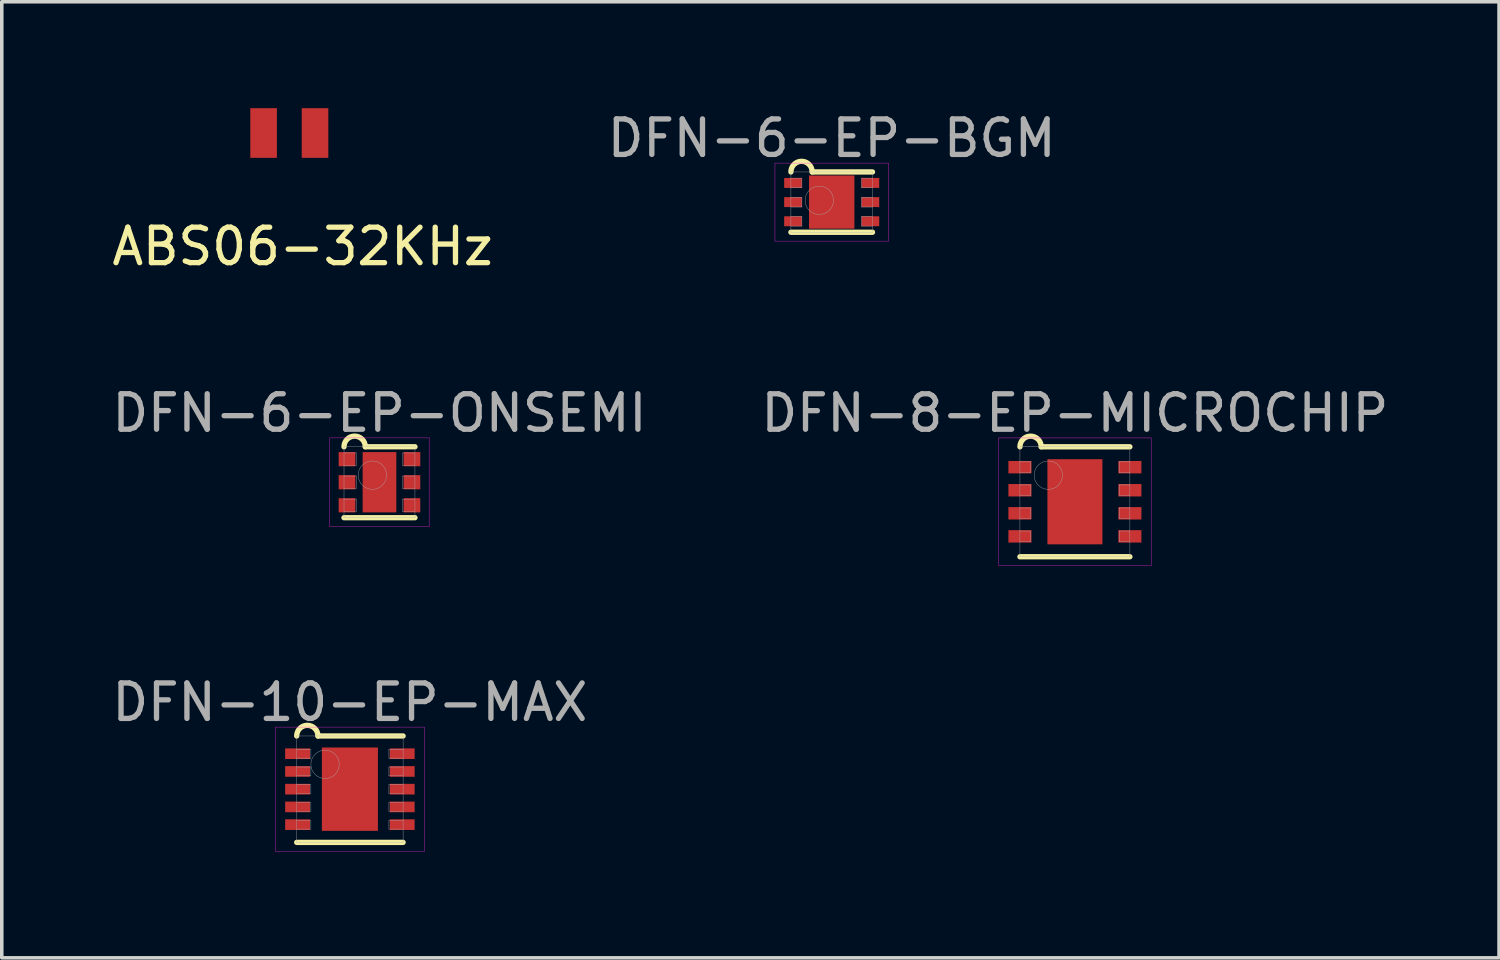
<source format=kicad_pcb>
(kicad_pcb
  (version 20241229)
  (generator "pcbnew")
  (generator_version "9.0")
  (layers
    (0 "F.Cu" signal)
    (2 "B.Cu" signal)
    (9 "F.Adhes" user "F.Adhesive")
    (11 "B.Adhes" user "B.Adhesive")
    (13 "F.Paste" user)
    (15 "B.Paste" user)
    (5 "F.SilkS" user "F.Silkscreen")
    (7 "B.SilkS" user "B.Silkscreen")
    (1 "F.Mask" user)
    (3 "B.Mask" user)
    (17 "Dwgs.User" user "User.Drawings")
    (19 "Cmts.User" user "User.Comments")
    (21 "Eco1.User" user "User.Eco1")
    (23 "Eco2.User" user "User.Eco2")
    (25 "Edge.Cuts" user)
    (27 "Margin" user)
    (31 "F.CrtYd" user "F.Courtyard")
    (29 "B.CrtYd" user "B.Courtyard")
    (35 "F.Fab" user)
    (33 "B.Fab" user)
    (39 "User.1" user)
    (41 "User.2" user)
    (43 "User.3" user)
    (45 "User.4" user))
  (footprint "DFN-8-EP-MICROCHIP"
    (layer "F.Cu")
    (at 27.256 11.097)
    (property "Reference" "DFN-8-EP-MICROCHIP" (at 0 -2.5 0) (layer "F.Fab") (effects (font (size 1 1) (thickness 0.15))))
    (attr through_hole)
    (fp_line (start -1.55 1.55) (end 1.55 1.55) (stroke (width 0.15) (type solid)) (layer "F.SilkS"))
    (fp_line (start -0.95 -1.55) (end 1.55 -1.55) (stroke (width 0.15) (type solid)) (layer "F.SilkS"))
    (fp_arc (start -1.55 -1.55) (mid -1.25 -1.85) (end -0.95 -1.55) (stroke (width 0.15) (type solid)) (layer "F.SilkS"))
    (fp_line (start -2.15 -1.8) (end 2.15 -1.8) (stroke (width 0.01) (type solid)) (layer "F.CrtYd"))
    (fp_line (start -2.15 1.8) (end -2.15 -1.8) (stroke (width 0.01) (type solid)) (layer "F.CrtYd"))
    (fp_line (start 2.15 -1.8) (end 2.15 1.8) (stroke (width 0.01) (type solid)) (layer "F.CrtYd"))
    (fp_line (start 2.15 1.8) (end -2.15 1.8) (stroke (width 0.01) (type solid)) (layer "F.CrtYd"))
    (fp_line (start -1.55 -1.55) (end 1.55 -1.55) (stroke (width 0.01) (type solid)) (layer "F.Fab"))
    (fp_line (start -1.55 -0.825) (end -1.25 -0.825) (stroke (width 0.01) (type solid)) (layer "F.Fab"))
    (fp_line (start -1.55 -0.175) (end -1.25 -0.175) (stroke (width 0.01) (type solid)) (layer "F.Fab"))
    (fp_line (start -1.55 0.475) (end -1.25 0.475) (stroke (width 0.01) (type solid)) (layer "F.Fab"))
    (fp_line (start -1.55 1.125) (end -1.25 1.125) (stroke (width 0.01) (type solid)) (layer "F.Fab"))
    (fp_line (start -1.55 1.55) (end -1.55 -1.55) (stroke (width 0.01) (type solid)) (layer "F.Fab"))
    (fp_line (start -1.25 -1.125) (end -1.55 -1.125) (stroke (width 0.01) (type solid)) (layer "F.Fab"))
    (fp_line (start -1.25 -0.825) (end -1.25 -1.125) (stroke (width 0.01) (type solid)) (layer "F.Fab"))
    (fp_line (start -1.25 -0.475) (end -1.55 -0.475) (stroke (width 0.01) (type solid)) (layer "F.Fab"))
    (fp_line (start -1.25 -0.175) (end -1.25 -0.475) (stroke (width 0.01) (type solid)) (layer "F.Fab"))
    (fp_line (start -1.25 0.175) (end -1.55 0.175) (stroke (width 0.01) (type solid)) (layer "F.Fab"))
    (fp_line (start -1.25 0.475) (end -1.25 0.175) (stroke (width 0.01) (type solid)) (layer "F.Fab"))
    (fp_line (start -1.25 0.825) (end -1.55 0.825) (stroke (width 0.01) (type solid)) (layer "F.Fab"))
    (fp_line (start -1.25 1.125) (end -1.25 0.825) (stroke (width 0.01) (type solid)) (layer "F.Fab"))
    (fp_line (start 1.25 -1.125) (end 1.25 -0.825) (stroke (width 0.01) (type solid)) (layer "F.Fab"))
    (fp_line (start 1.25 -0.825) (end 1.55 -0.825) (stroke (width 0.01) (type solid)) (layer "F.Fab"))
    (fp_line (start 1.25 -0.475) (end 1.25 -0.175) (stroke (width 0.01) (type solid)) (layer "F.Fab"))
    (fp_line (start 1.25 -0.175) (end 1.55 -0.175) (stroke (width 0.01) (type solid)) (layer "F.Fab"))
    (fp_line (start 1.25 0.175) (end 1.25 0.475) (stroke (width 0.01) (type solid)) (layer "F.Fab"))
    (fp_line (start 1.25 0.475) (end 1.55 0.475) (stroke (width 0.01) (type solid)) (layer "F.Fab"))
    (fp_line (start 1.25 0.825) (end 1.25 1.125) (stroke (width 0.01) (type solid)) (layer "F.Fab"))
    (fp_line (start 1.25 1.125) (end 1.55 1.125) (stroke (width 0.01) (type solid)) (layer "F.Fab"))
    (fp_line (start 1.55 -1.55) (end 1.55 1.55) (stroke (width 0.01) (type solid)) (layer "F.Fab"))
    (fp_line (start 1.55 -1.125) (end 1.25 -1.125) (stroke (width 0.01) (type solid)) (layer "F.Fab"))
    (fp_line (start 1.55 -0.475) (end 1.25 -0.475) (stroke (width 0.01) (type solid)) (layer "F.Fab"))
    (fp_line (start 1.55 0.175) (end 1.25 0.175) (stroke (width 0.01) (type solid)) (layer "F.Fab"))
    (fp_line (start 1.55 0.825) (end 1.25 0.825) (stroke (width 0.01) (type solid)) (layer "F.Fab"))
    (fp_line (start 1.55 1.55) (end -1.55 1.55) (stroke (width 0.01) (type solid)) (layer "F.Fab"))
    (fp_circle (center -0.75 -0.75) (end -0.75 -0.35) (stroke (width 0.01) (type solid)) (fill no) (layer "F.Fab"))
    (pad "" smd rect (at 0 -0.6) (size 0.8 0.8) (layers "F.Mask"))
    (pad "" smd rect (at 0 -0.6) (size 0.8 0.8) (layers "F.Paste"))
    (pad "" smd rect (at 0 0.6) (size 0.8 0.8) (layers "F.Mask"))
    (pad "" smd rect (at 0 0.6) (size 0.8 0.8) (layers "F.Paste"))
    (pad "1" smd rect (at -1.55 -0.975) (size 0.65 0.35) (layers "F.Cu" "F.Mask" "F.Paste"))
    (pad "2" smd rect (at -1.55 -0.325) (size 0.65 0.35) (layers "F.Cu" "F.Mask" "F.Paste"))
    (pad "3" smd rect (at -1.55 0.325) (size 0.65 0.35) (layers "F.Cu" "F.Mask" "F.Paste"))
    (pad "4" smd rect (at -1.55 0.975) (size 0.65 0.35) (layers "F.Cu" "F.Mask" "F.Paste"))
    (pad "5" smd rect (at 1.55 0.975) (size 0.65 0.35) (layers "F.Cu" "F.Mask" "F.Paste"))
    (pad "6" smd rect (at 1.55 0.325) (size 0.65 0.35) (layers "F.Cu" "F.Mask" "F.Paste"))
    (pad "7" smd rect (at 1.55 -0.325) (size 0.65 0.35) (layers "F.Cu" "F.Mask" "F.Paste"))
    (pad "8" smd rect (at 1.55 -0.975) (size 0.65 0.35) (layers "F.Cu" "F.Mask" "F.Paste"))
    (pad "EP" smd rect (at 0 0) (size 1.55 2.4) (layers "F.Cu")))
  (footprint "DFN-10-EP-MAX"
    (layer "F.Cu")
    (at 6.815 19.2)
    (property "Reference" "DFN-10-EP-MAX" (at 0 -2.45 0) (layer "F.Fab") (effects (font (size 1 1) (thickness 0.15))))
    (attr through_hole)
    (fp_line (start -1.5 1.5) (end 1.5 1.5) (stroke (width 0.15) (type solid)) (layer "F.SilkS"))
    (fp_line (start -0.9 -1.5) (end 1.5 -1.5) (stroke (width 0.15) (type solid)) (layer "F.SilkS"))
    (fp_arc (start -1.5 -1.5) (mid -1.2 -1.8) (end -0.9 -1.5) (stroke (width 0.15) (type solid)) (layer "F.SilkS"))
    (fp_line (start -2.1 -1.75) (end 2.1 -1.75) (stroke (width 0.01) (type solid)) (layer "F.CrtYd"))
    (fp_line (start -2.1 1.75) (end -2.1 -1.75) (stroke (width 0.01) (type solid)) (layer "F.CrtYd"))
    (fp_line (start 2.1 -1.75) (end 2.1 1.75) (stroke (width 0.01) (type solid)) (layer "F.CrtYd"))
    (fp_line (start 2.1 1.75) (end -2.1 1.75) (stroke (width 0.01) (type solid)) (layer "F.CrtYd"))
    (fp_line (start -1.5 -1.5) (end 1.5 -1.5) (stroke (width 0.01) (type solid)) (layer "F.Fab"))
    (fp_line (start -1.5 -0.875) (end -1.1 -0.875) (stroke (width 0.01) (type solid)) (layer "F.Fab"))
    (fp_line (start -1.5 -0.375) (end -1.1 -0.375) (stroke (width 0.01) (type solid)) (layer "F.Fab"))
    (fp_line (start -1.5 0.125) (end -1.1 0.125) (stroke (width 0.01) (type solid)) (layer "F.Fab"))
    (fp_line (start -1.5 0.625) (end -1.1 0.625) (stroke (width 0.01) (type solid)) (layer "F.Fab"))
    (fp_line (start -1.5 1.125) (end -1.1 1.125) (stroke (width 0.01) (type solid)) (layer "F.Fab"))
    (fp_line (start -1.5 1.5) (end -1.5 -1.5) (stroke (width 0.01) (type solid)) (layer "F.Fab"))
    (fp_line (start -1.1 -1.125) (end -1.5 -1.125) (stroke (width 0.01) (type solid)) (layer "F.Fab"))
    (fp_line (start -1.1 -0.875) (end -1.1 -1.125) (stroke (width 0.01) (type solid)) (layer "F.Fab"))
    (fp_line (start -1.1 -0.625) (end -1.5 -0.625) (stroke (width 0.01) (type solid)) (layer "F.Fab"))
    (fp_line (start -1.1 -0.375) (end -1.1 -0.625) (stroke (width 0.01) (type solid)) (layer "F.Fab"))
    (fp_line (start -1.1 -0.125) (end -1.5 -0.125) (stroke (width 0.01) (type solid)) (layer "F.Fab"))
    (fp_line (start -1.1 0.125) (end -1.1 -0.125) (stroke (width 0.01) (type solid)) (layer "F.Fab"))
    (fp_line (start -1.1 0.375) (end -1.5 0.375) (stroke (width 0.01) (type solid)) (layer "F.Fab"))
    (fp_line (start -1.1 0.625) (end -1.1 0.375) (stroke (width 0.01) (type solid)) (layer "F.Fab"))
    (fp_line (start -1.1 0.875) (end -1.5 0.875) (stroke (width 0.01) (type solid)) (layer "F.Fab"))
    (fp_line (start -1.1 1.125) (end -1.1 0.875) (stroke (width 0.01) (type solid)) (layer "F.Fab"))
    (fp_line (start 1.1 -1.125) (end 1.1 -0.875) (stroke (width 0.01) (type solid)) (layer "F.Fab"))
    (fp_line (start 1.1 -0.875) (end 1.5 -0.875) (stroke (width 0.01) (type solid)) (layer "F.Fab"))
    (fp_line (start 1.1 -0.625) (end 1.1 -0.375) (stroke (width 0.01) (type solid)) (layer "F.Fab"))
    (fp_line (start 1.1 -0.375) (end 1.5 -0.375) (stroke (width 0.01) (type solid)) (layer "F.Fab"))
    (fp_line (start 1.1 -0.125) (end 1.1 0.125) (stroke (width 0.01) (type solid)) (layer "F.Fab"))
    (fp_line (start 1.1 0.125) (end 1.5 0.125) (stroke (width 0.01) (type solid)) (layer "F.Fab"))
    (fp_line (start 1.1 0.375) (end 1.1 0.625) (stroke (width 0.01) (type solid)) (layer "F.Fab"))
    (fp_line (start 1.1 0.625) (end 1.5 0.625) (stroke (width 0.01) (type solid)) (layer "F.Fab"))
    (fp_line (start 1.1 0.875) (end 1.1 1.125) (stroke (width 0.01) (type solid)) (layer "F.Fab"))
    (fp_line (start 1.1 1.125) (end 1.5 1.125) (stroke (width 0.01) (type solid)) (layer "F.Fab"))
    (fp_line (start 1.5 -1.5) (end 1.5 1.5) (stroke (width 0.01) (type solid)) (layer "F.Fab"))
    (fp_line (start 1.5 -1.125) (end 1.1 -1.125) (stroke (width 0.01) (type solid)) (layer "F.Fab"))
    (fp_line (start 1.5 -0.625) (end 1.1 -0.625) (stroke (width 0.01) (type solid)) (layer "F.Fab"))
    (fp_line (start 1.5 -0.125) (end 1.1 -0.125) (stroke (width 0.01) (type solid)) (layer "F.Fab"))
    (fp_line (start 1.5 0.375) (end 1.1 0.375) (stroke (width 0.01) (type solid)) (layer "F.Fab"))
    (fp_line (start 1.5 0.875) (end 1.1 0.875) (stroke (width 0.01) (type solid)) (layer "F.Fab"))
    (fp_line (start 1.5 1.5) (end -1.5 1.5) (stroke (width 0.01) (type solid)) (layer "F.Fab"))
    (fp_circle (center -0.7 -0.7) (end -0.7 -0.3) (stroke (width 0.01) (type solid)) (fill no) (layer "F.Fab"))
    (pad "" smd rect (at 0 -0.6) (size 1.2 0.8) (layers "F.Paste"))
    (pad "" smd rect (at 0 0.6) (size 1.2 0.8) (layers "F.Paste"))
    (pad "1" smd rect (at -1.475 -1) (size 0.7 0.3) (layers "F.Cu" "F.Mask" "F.Paste"))
    (pad "2" smd rect (at -1.475 -0.5) (size 0.7 0.3) (layers "F.Cu" "F.Mask" "F.Paste"))
    (pad "3" smd rect (at -1.475 0) (size 0.7 0.3) (layers "F.Cu" "F.Mask" "F.Paste"))
    (pad "4" smd rect (at -1.475 0.5) (size 0.7 0.3) (layers "F.Cu" "F.Mask" "F.Paste"))
    (pad "5" smd rect (at -1.475 1) (size 0.7 0.3) (layers "F.Cu" "F.Mask" "F.Paste"))
    (pad "6" smd rect (at 1.475 1) (size 0.7 0.3) (layers "F.Cu" "F.Mask" "F.Paste"))
    (pad "7" smd rect (at 1.475 0.5) (size 0.7 0.3) (layers "F.Cu" "F.Mask" "F.Paste"))
    (pad "8" smd rect (at 1.475 0) (size 0.7 0.3) (layers "F.Cu" "F.Mask" "F.Paste"))
    (pad "9" smd rect (at 1.475 -0.5) (size 0.7 0.3) (layers "F.Cu" "F.Mask" "F.Paste"))
    (pad "10" smd rect (at 1.475 -1) (size 0.7 0.3) (layers "F.Cu" "F.Mask" "F.Paste"))
    (pad "EP" smd rect (at 0 0) (size 1.58 2.35) (layers "F.Cu" "F.Mask")))
  (footprint "DFN-6-EP-ONSEMI"
    (layer "F.Cu")
    (at 7.649 10.546)
    (property "Reference" "DFN-6-EP-ONSEMI" (at 0 -1.95 0) (layer "F.Fab") (effects (font (size 1 1) (thickness 0.15))))
    (attr through_hole)
    (fp_line (start -1 1) (end 1 1) (stroke (width 0.15) (type solid)) (layer "F.SilkS"))
    (fp_line (start -0.4 -1) (end 1 -1) (stroke (width 0.15) (type solid)) (layer "F.SilkS"))
    (fp_arc (start -1 -1) (mid -0.7 -1.3) (end -0.4 -1) (stroke (width 0.15) (type solid)) (layer "F.SilkS"))
    (fp_line (start -1.4 -1.25) (end 1.4 -1.25) (stroke (width 0.01) (type solid)) (layer "F.CrtYd"))
    (fp_line (start -1.4 1.25) (end -1.4 -1.25) (stroke (width 0.01) (type solid)) (layer "F.CrtYd"))
    (fp_line (start 1.4 -1.25) (end 1.4 1.25) (stroke (width 0.01) (type solid)) (layer "F.CrtYd"))
    (fp_line (start 1.4 1.25) (end -1.4 1.25) (stroke (width 0.01) (type solid)) (layer "F.CrtYd"))
    (fp_line (start -1 -1) (end 1 -1) (stroke (width 0.01) (type solid)) (layer "F.Fab"))
    (fp_line (start -1 -0.475) (end -0.65 -0.475) (stroke (width 0.01) (type solid)) (layer "F.Fab"))
    (fp_line (start -1 0.175) (end -0.65 0.175) (stroke (width 0.01) (type solid)) (layer "F.Fab"))
    (fp_line (start -1 0.825) (end -0.65 0.825) (stroke (width 0.01) (type solid)) (layer "F.Fab"))
    (fp_line (start -1 1) (end -1 -1) (stroke (width 0.01) (type solid)) (layer "F.Fab"))
    (fp_line (start -0.65 -0.825) (end -1 -0.825) (stroke (width 0.01) (type solid)) (layer "F.Fab"))
    (fp_line (start -0.65 -0.475) (end -0.65 -0.825) (stroke (width 0.01) (type solid)) (layer "F.Fab"))
    (fp_line (start -0.65 -0.175) (end -1 -0.175) (stroke (width 0.01) (type solid)) (layer "F.Fab"))
    (fp_line (start -0.65 0.175) (end -0.65 -0.175) (stroke (width 0.01) (type solid)) (layer "F.Fab"))
    (fp_line (start -0.65 0.475) (end -1 0.475) (stroke (width 0.01) (type solid)) (layer "F.Fab"))
    (fp_line (start -0.65 0.825) (end -0.65 0.475) (stroke (width 0.01) (type solid)) (layer "F.Fab"))
    (fp_line (start 0.65 -0.825) (end 0.65 -0.475) (stroke (width 0.01) (type solid)) (layer "F.Fab"))
    (fp_line (start 0.65 -0.475) (end 1 -0.475) (stroke (width 0.01) (type solid)) (layer "F.Fab"))
    (fp_line (start 0.65 -0.175) (end 0.65 0.175) (stroke (width 0.01) (type solid)) (layer "F.Fab"))
    (fp_line (start 0.65 0.175) (end 1 0.175) (stroke (width 0.01) (type solid)) (layer "F.Fab"))
    (fp_line (start 0.65 0.475) (end 0.65 0.825) (stroke (width 0.01) (type solid)) (layer "F.Fab"))
    (fp_line (start 0.65 0.825) (end 1 0.825) (stroke (width 0.01) (type solid)) (layer "F.Fab"))
    (fp_line (start 1 -1) (end 1 1) (stroke (width 0.01) (type solid)) (layer "F.Fab"))
    (fp_line (start 1 -0.825) (end 0.65 -0.825) (stroke (width 0.01) (type solid)) (layer "F.Fab"))
    (fp_line (start 1 -0.175) (end 0.65 -0.175) (stroke (width 0.01) (type solid)) (layer "F.Fab"))
    (fp_line (start 1 0.475) (end 0.65 0.475) (stroke (width 0.01) (type solid)) (layer "F.Fab"))
    (fp_line (start 1 1) (end -1 1) (stroke (width 0.01) (type solid)) (layer "F.Fab"))
    (fp_circle (center -0.2 -0.2) (end -0.2 0.2) (stroke (width 0.01) (type solid)) (fill no) (layer "F.Fab"))
    (pad "" smd rect (at 0 -0.35) (size 0.5 0.5) (layers "F.Paste"))
    (pad "" smd rect (at 0 0.35) (size 0.5 0.5) (layers "F.Paste"))
    (pad "1" smd rect (at -0.915 -0.65) (size 0.47 0.4) (layers "F.Cu" "F.Mask" "F.Paste"))
    (pad "2" smd rect (at -0.915 0) (size 0.47 0.4) (layers "F.Cu" "F.Mask" "F.Paste"))
    (pad "3" smd rect (at -0.915 0.65) (size 0.47 0.4) (layers "F.Cu" "F.Mask" "F.Paste"))
    (pad "4" smd rect (at 0.915 0.65) (size 0.47 0.4) (layers "F.Cu" "F.Mask" "F.Paste"))
    (pad "5" smd rect (at 0.915 0) (size 0.47 0.4) (layers "F.Cu" "F.Mask" "F.Paste"))
    (pad "6" smd rect (at 0.915 -0.65) (size 0.47 0.4) (layers "F.Cu" "F.Mask" "F.Paste"))
    (pad "EP" smd rect (at 0 0) (size 0.95 1.7) (layers "F.Cu" "F.Mask")))
  (footprint "DFN-6-EP-BGM"
    (layer "F.Cu")
    (at 20.399 2.648)
    (property "Reference" "DFN-6-EP-BGM" (at 0 -1.8 0) (layer "F.Fab") (effects (font (size 1 1) (thickness 0.15))))
    (attr through_hole)
    (fp_line (start -1.15 0.85) (end 1.15 0.85) (stroke (width 0.15) (type solid)) (layer "F.SilkS"))
    (fp_line (start -0.55 -0.85) (end 1.15 -0.85) (stroke (width 0.15) (type solid)) (layer "F.SilkS"))
    (fp_arc (start -1.15 -0.85) (mid -0.85 -1.15) (end -0.55 -0.85) (stroke (width 0.15) (type solid)) (layer "F.SilkS"))
    (fp_line (start -1.6 -1.1) (end 1.6 -1.1) (stroke (width 0.01) (type solid)) (layer "F.CrtYd"))
    (fp_line (start -1.6 1.1) (end -1.6 -1.1) (stroke (width 0.01) (type solid)) (layer "F.CrtYd"))
    (fp_line (start 1.6 -1.1) (end 1.6 1.1) (stroke (width 0.01) (type solid)) (layer "F.CrtYd"))
    (fp_line (start 1.6 1.1) (end -1.6 1.1) (stroke (width 0.01) (type solid)) (layer "F.CrtYd"))
    (fp_line (start -1.15 -0.85) (end 1.15 -0.85) (stroke (width 0.01) (type solid)) (layer "F.Fab"))
    (fp_line (start -1.15 -0.403) (end -0.84 -0.403) (stroke (width 0.01) (type solid)) (layer "F.Fab"))
    (fp_line (start -1.15 0.138) (end -0.84 0.138) (stroke (width 0.01) (type solid)) (layer "F.Fab"))
    (fp_line (start -1.15 0.677) (end -0.84 0.677) (stroke (width 0.01) (type solid)) (layer "F.Fab"))
    (fp_line (start -1.15 0.85) (end -1.15 -0.85) (stroke (width 0.01) (type solid)) (layer "F.Fab"))
    (fp_line (start -0.84 -0.677) (end -1.15 -0.677) (stroke (width 0.01) (type solid)) (layer "F.Fab"))
    (fp_line (start -0.84 -0.403) (end -0.84 -0.677) (stroke (width 0.01) (type solid)) (layer "F.Fab"))
    (fp_line (start -0.84 -0.138) (end -1.15 -0.138) (stroke (width 0.01) (type solid)) (layer "F.Fab"))
    (fp_line (start -0.84 0.138) (end -0.84 -0.138) (stroke (width 0.01) (type solid)) (layer "F.Fab"))
    (fp_line (start -0.84 0.403) (end -1.15 0.403) (stroke (width 0.01) (type solid)) (layer "F.Fab"))
    (fp_line (start -0.84 0.677) (end -0.84 0.403) (stroke (width 0.01) (type solid)) (layer "F.Fab"))
    (fp_line (start 0.84 -0.677) (end 0.84 -0.403) (stroke (width 0.01) (type solid)) (layer "F.Fab"))
    (fp_line (start 0.84 -0.403) (end 1.15 -0.403) (stroke (width 0.01) (type solid)) (layer "F.Fab"))
    (fp_line (start 0.84 -0.138) (end 0.84 0.138) (stroke (width 0.01) (type solid)) (layer "F.Fab"))
    (fp_line (start 0.84 0.138) (end 1.15 0.138) (stroke (width 0.01) (type solid)) (layer "F.Fab"))
    (fp_line (start 0.84 0.403) (end 0.84 0.677) (stroke (width 0.01) (type solid)) (layer "F.Fab"))
    (fp_line (start 0.84 0.677) (end 1.15 0.677) (stroke (width 0.01) (type solid)) (layer "F.Fab"))
    (fp_line (start 1.15 -0.85) (end 1.15 0.85) (stroke (width 0.01) (type solid)) (layer "F.Fab"))
    (fp_line (start 1.15 -0.677) (end 0.84 -0.677) (stroke (width 0.01) (type solid)) (layer "F.Fab"))
    (fp_line (start 1.15 -0.138) (end 0.84 -0.138) (stroke (width 0.01) (type solid)) (layer "F.Fab"))
    (fp_line (start 1.15 0.403) (end 0.84 0.403) (stroke (width 0.01) (type solid)) (layer "F.Fab"))
    (fp_line (start 1.15 0.85) (end -1.15 0.85) (stroke (width 0.01) (type solid)) (layer "F.Fab"))
    (fp_circle (center -0.35 -0.05) (end -0.35 0.35) (stroke (width 0.01) (type solid)) (fill no) (layer "F.Fab"))
    (pad "" smd rect (at -0.35 -0.35) (size 0.5 0.5) (layers "F.Paste"))
    (pad "" smd rect (at -0.35 0.35) (size 0.5 0.5) (layers "F.Paste"))
    (pad "" smd rect (at 0.35 -0.35) (size 0.5 0.5) (layers "F.Paste"))
    (pad "" smd rect (at 0.35 0.35) (size 0.5 0.5) (layers "F.Paste"))
    (pad "1" smd rect (at -1.09 -0.54) (size 0.5 0.28) (layers "F.Cu" "F.Mask" "F.Paste"))
    (pad "2" smd rect (at -1.09 0) (size 0.5 0.28) (layers "F.Cu" "F.Mask" "F.Paste"))
    (pad "3" smd rect (at -1.09 0.54) (size 0.5 0.28) (layers "F.Cu" "F.Mask" "F.Paste"))
    (pad "4" smd rect (at 1.09 0.54) (size 0.5 0.28) (layers "F.Cu" "F.Mask" "F.Paste"))
    (pad "5" smd rect (at 1.09 0) (size 0.5 0.28) (layers "F.Cu" "F.Mask" "F.Paste"))
    (pad "6" smd rect (at 1.09 -0.54) (size 0.5 0.28) (layers "F.Cu" "F.Mask" "F.Paste"))
    (pad "EP" smd rect (at 0 0) (size 1.28 1.5) (layers "F.Cu" "F.Mask")))
  (footprint "ABS06-32KHz"
    (layer "F.Cu")
    (at 4.382 0.7)
    (property "Reference" "ABS06-32KHz" (at 1.1 3.2 0) (layer "F.SilkS") (effects (font (size 1 1) (thickness 0.15))))
    (attr through_hole)
    (pad "1" smd rect (at 0 0) (size 0.75 1.4) (layers "F.Cu" "F.Mask" "F.Paste"))
    (pad "2" smd rect (at 1.45 0) (size 0.75 1.4) (layers "F.Cu" "F.Mask" "F.Paste")))
  (gr_rect
    (start -3 -3)
    (end 39.214 23.955)
    (stroke (width 0.1) (type default))
    (fill no)
    (layer "Edge.Cuts")))
</source>
